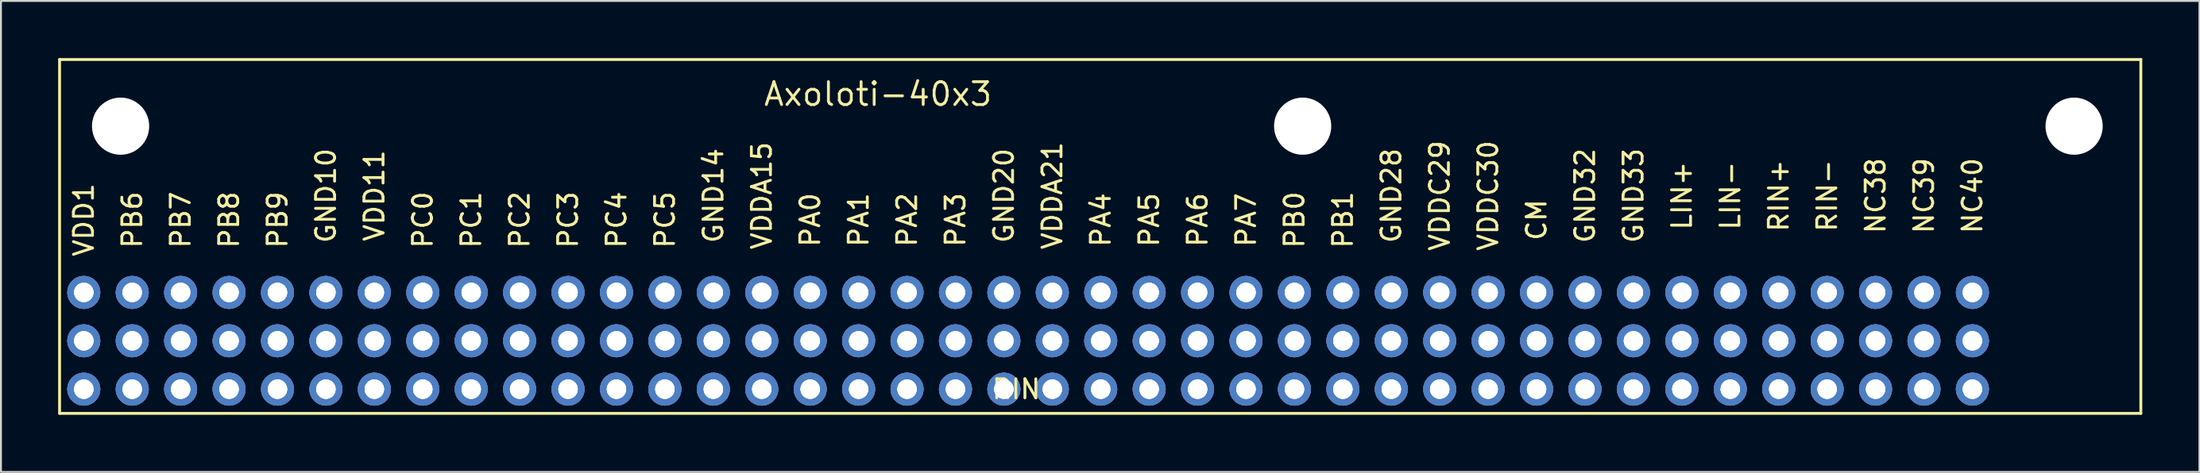
<source format=kicad_pcb>
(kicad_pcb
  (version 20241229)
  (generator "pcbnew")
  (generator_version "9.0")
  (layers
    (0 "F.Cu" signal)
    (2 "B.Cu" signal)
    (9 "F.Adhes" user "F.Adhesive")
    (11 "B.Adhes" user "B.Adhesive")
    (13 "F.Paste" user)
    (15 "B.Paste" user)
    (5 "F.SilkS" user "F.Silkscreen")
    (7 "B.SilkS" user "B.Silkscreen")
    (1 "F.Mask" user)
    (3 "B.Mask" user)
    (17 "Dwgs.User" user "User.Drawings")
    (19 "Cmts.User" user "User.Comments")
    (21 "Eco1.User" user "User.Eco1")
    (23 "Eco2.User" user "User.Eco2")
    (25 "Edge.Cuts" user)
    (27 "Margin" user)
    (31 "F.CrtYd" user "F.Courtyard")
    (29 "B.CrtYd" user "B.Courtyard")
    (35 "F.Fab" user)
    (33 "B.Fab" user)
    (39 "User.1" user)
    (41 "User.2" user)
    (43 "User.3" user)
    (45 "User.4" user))
  (footprint "Axoloti-40x3"
    (layer "F.Cu")
    (at 50.875 17.385)
    (property "Reference" "Axoloti-40x3" (at -7.874 -15.494 0) (layer "F.SilkS") (effects (font (size 1.2 1.2) (thickness 0.15))))
    (attr through_hole)
    (fp_line (start -50.8 -17.31) (end 58.364 -17.31) (stroke (width 0.15) (type solid)) (layer "F.SilkS"))
    (fp_line (start -50.8 1.27) (end -50.8 -17.31) (stroke (width 0.15) (type solid)) (layer "F.SilkS"))
    (fp_line (start 58.364 -17.31) (end 58.364 1.27) (stroke (width 0.15) (type solid)) (layer "F.SilkS"))
    (fp_line (start 58.364 1.27) (end -50.8 1.27) (stroke (width 0.15) (type solid)) (layer "F.SilkS"))
    (fp_text user "PA0" (at -11.43 -8.89 90) (layer "F.SilkS") (effects (font (size 1 1) (thickness 0.15))))
    (fp_text user "LIN-" (at 36.83 -10.16 90) (layer "F.SilkS") (effects (font (size 1 1) (thickness 0.15))))
    (fp_text user "PC2" (at -26.67 -8.89 90) (layer "F.SilkS") (effects (font (size 1 1) (thickness 0.15))))
    (fp_text user "VDDA15" (at -13.97 -10.16 90) (layer "F.SilkS") (effects (font (size 1 1) (thickness 0.15))))
    (fp_text user "NC40" (at 49.53 -10.16 90) (layer "F.SilkS") (effects (font (size 1 1) (thickness 0.15))))
    (fp_text user "PA2" (at -6.35 -8.89 90) (layer "F.SilkS") (effects (font (size 1 1) (thickness 0.15))))
    (fp_text user "VDDC30" (at 24.13 -10.16 90) (layer "F.SilkS") (effects (font (size 1 1) (thickness 0.15))))
    (fp_text user "PB6" (at -46.99 -8.89 90) (layer "F.SilkS") (effects (font (size 1 1) (thickness 0.15))))
    (fp_text user "PA1" (at -8.89 -8.89 90) (layer "F.SilkS") (effects (font (size 1 1) (thickness 0.15))))
    (fp_text user "GND20" (at -1.27 -10.16 90) (layer "F.SilkS") (effects (font (size 1 1) (thickness 0.15))))
    (fp_text user "VDD11" (at -34.29 -10.16 90) (layer "F.SilkS") (effects (font (size 1 1) (thickness 0.15))))
    (fp_text user "PC1" (at -29.21 -8.89 90) (layer "F.SilkS") (effects (font (size 1 1) (thickness 0.15))))
    (fp_text user "PB9" (at -39.37 -8.89 90) (layer "F.SilkS") (effects (font (size 1 1) (thickness 0.15))))
    (fp_text user "PB0" (at 13.97 -8.89 90) (layer "F.SilkS") (effects (font (size 1 1) (thickness 0.15))))
    (fp_text user "GND32" (at 29.21 -10.16 90) (layer "F.SilkS") (effects (font (size 1 1) (thickness 0.15))))
    (fp_text user "PB7" (at -44.45 -8.89 90) (layer "F.SilkS") (effects (font (size 1 1) (thickness 0.15))))
    (fp_text user "PC3" (at -24.13 -8.89 90) (layer "F.SilkS") (effects (font (size 1 1) (thickness 0.15))))
    (fp_text user "RIN-" (at 41.91 -10.16 90) (layer "F.SilkS") (effects (font (size 1 1) (thickness 0.15))))
    (fp_text user "PB1" (at 16.51 -8.89 90) (layer "F.SilkS") (effects (font (size 1 1) (thickness 0.15))))
    (fp_text user "GND28" (at 19.05 -10.16 90) (layer "F.SilkS") (effects (font (size 1 1) (thickness 0.15))))
    (fp_text user "PC5" (at -19.05 -8.89 90) (layer "F.SilkS") (effects (font (size 1 1) (thickness 0.15))))
    (fp_text user "PA3" (at -3.81 -8.89 90) (layer "F.SilkS") (effects (font (size 1 1) (thickness 0.15))))
    (fp_text user "GND33" (at 31.75 -10.16 90) (layer "F.SilkS") (effects (font (size 1 1) (thickness 0.15))))
    (fp_text user "PA5" (at 6.35 -8.89 90) (layer "F.SilkS") (effects (font (size 1 1) (thickness 0.15))))
    (fp_text user "PC4" (at -21.59 -8.89 90) (layer "F.SilkS") (effects (font (size 1 1) (thickness 0.15))))
    (fp_text user "RIN+" (at 39.37 -10.16 90) (layer "F.SilkS") (effects (font (size 1 1) (thickness 0.15))))
    (fp_text user "PC0" (at -31.75 -8.89 90) (layer "F.SilkS") (effects (font (size 1 1) (thickness 0.15))))
    (fp_text user "NC38" (at 44.45 -10.16 90) (layer "F.SilkS") (effects (font (size 1 1) (thickness 0.15))))
    (fp_text user "RIN-" (at 0 0 0) (layer "F.SilkS") (effects (font (size 1 1) (thickness 0.15))))
    (fp_text user "GND10" (at -36.83 -10.16 90) (layer "F.SilkS") (effects (font (size 1 1) (thickness 0.15))))
    (fp_text user "NC39" (at 46.99 -10.16 90) (layer "F.SilkS") (effects (font (size 1 1) (thickness 0.15))))
    (fp_text user "PA7" (at 11.43 -8.89 90) (layer "F.SilkS") (effects (font (size 1 1) (thickness 0.15))))
    (fp_text user "LIN+" (at 34.29 -10.16 90) (layer "F.SilkS") (effects (font (size 1 1) (thickness 0.15))))
    (fp_text user "VDDA21" (at 1.27 -10.16 90) (layer "F.SilkS") (effects (font (size 1 1) (thickness 0.15))))
    (fp_text user "VDDC29" (at 21.59 -10.16 90) (layer "F.SilkS") (effects (font (size 1 1) (thickness 0.15))))
    (fp_text user "PA6" (at 8.89 -8.89 90) (layer "F.SilkS") (effects (font (size 1 1) (thickness 0.15))))
    (fp_text user "GND14" (at -16.51 -10.16 90) (layer "F.SilkS") (effects (font (size 1 1) (thickness 0.15))))
    (fp_text user "PA4" (at 3.81 -8.89 90) (layer "F.SilkS") (effects (font (size 1 1) (thickness 0.15))))
    (fp_text user "PB8" (at -41.91 -8.89 90) (layer "F.SilkS") (effects (font (size 1 1) (thickness 0.15))))
    (fp_text user "CM" (at 26.67 -8.89 90) (layer "F.SilkS") (effects (font (size 1 1) (thickness 0.15))))
    (fp_text user "VDD1" (at -49.53 -8.89 90) (layer "F.SilkS") (effects (font (size 1 1) (thickness 0.15))))
    (pad "" np_thru_hole circle (at -47.6 -13.81) (size 3 3) (drill 3) (layers "*.Cu" "*.Mask"))
    (pad "" np_thru_hole circle (at 14.4 -13.81) (size 3 3) (drill 3) (layers "*.Cu" "*.Mask"))
    (pad "" np_thru_hole circle (at 54.864 -13.81) (size 3 3) (drill 3) (layers "*.Cu" "*.Mask"))
    (pad "1" thru_hole circle (at -49.53 -5.08) (size 1.727 1.727) (drill 1.016) (layers "*.Cu" "*.Mask"))
    (pad "1" thru_hole circle (at -49.53 -5.08) (size 1.727 1.727) (drill 1.016) (layers "*.Cu" "*.Mask"))
    (pad "1" thru_hole circle (at -49.53 -5.08) (size 1.727 1.727) (drill 1.016) (layers "*.Cu" "*.Mask"))
    (pad "1" thru_hole circle (at -49.53 -2.54) (size 1.727 1.727) (drill 1.016) (layers "*.Cu" "*.Mask"))
    (pad "1" thru_hole circle (at -49.53 -2.54) (size 1.727 1.727) (drill 1.016) (layers "*.Cu" "*.Mask"))
    (pad "1" thru_hole circle (at -49.53 -2.54) (size 1.727 1.727) (drill 1.016) (layers "*.Cu" "*.Mask"))
    (pad "1" thru_hole circle (at -49.53 0) (size 1.727 1.727) (drill 1.016) (layers "*.Cu" "*.Mask"))
    (pad "1" thru_hole circle (at -49.53 0) (size 1.727 1.727) (drill 1.016) (layers "*.Cu" "*.Mask"))
    (pad "1" thru_hole circle (at -49.53 0) (size 1.727 1.727) (drill 1.016) (layers "*.Cu" "*.Mask"))
    (pad "2" thru_hole circle (at -46.99 -5.08) (size 1.727 1.727) (drill 1.016) (layers "*.Cu" "*.Mask"))
    (pad "2" thru_hole circle (at -46.99 -5.08) (size 1.727 1.727) (drill 1.016) (layers "*.Cu" "*.Mask"))
    (pad "2" thru_hole circle (at -46.99 -5.08) (size 1.727 1.727) (drill 1.016) (layers "*.Cu" "*.Mask"))
    (pad "2" thru_hole circle (at -46.99 -2.54) (size 1.727 1.727) (drill 1.016) (layers "*.Cu" "*.Mask"))
    (pad "2" thru_hole circle (at -46.99 -2.54) (size 1.727 1.727) (drill 1.016) (layers "*.Cu" "*.Mask"))
    (pad "2" thru_hole circle (at -46.99 -2.54) (size 1.727 1.727) (drill 1.016) (layers "*.Cu" "*.Mask"))
    (pad "2" thru_hole circle (at -46.99 0) (size 1.727 1.727) (drill 1.016) (layers "*.Cu" "*.Mask"))
    (pad "2" thru_hole circle (at -46.99 0) (size 1.727 1.727) (drill 1.016) (layers "*.Cu" "*.Mask"))
    (pad "2" thru_hole circle (at -46.99 0) (size 1.727 1.727) (drill 1.016) (layers "*.Cu" "*.Mask"))
    (pad "3" thru_hole circle (at -44.45 -5.08) (size 1.727 1.727) (drill 1.016) (layers "*.Cu" "*.Mask"))
    (pad "3" thru_hole circle (at -44.45 -5.08) (size 1.727 1.727) (drill 1.016) (layers "*.Cu" "*.Mask"))
    (pad "3" thru_hole circle (at -44.45 -5.08) (size 1.727 1.727) (drill 1.016) (layers "*.Cu" "*.Mask"))
    (pad "3" thru_hole circle (at -44.45 -2.54) (size 1.727 1.727) (drill 1.016) (layers "*.Cu" "*.Mask"))
    (pad "3" thru_hole circle (at -44.45 -2.54) (size 1.727 1.727) (drill 1.016) (layers "*.Cu" "*.Mask"))
    (pad "3" thru_hole circle (at -44.45 -2.54) (size 1.727 1.727) (drill 1.016) (layers "*.Cu" "*.Mask"))
    (pad "3" thru_hole circle (at -44.45 0) (size 1.727 1.727) (drill 1.016) (layers "*.Cu" "*.Mask"))
    (pad "3" thru_hole circle (at -44.45 0) (size 1.727 1.727) (drill 1.016) (layers "*.Cu" "*.Mask"))
    (pad "3" thru_hole circle (at -44.45 0) (size 1.727 1.727) (drill 1.016) (layers "*.Cu" "*.Mask"))
    (pad "4" thru_hole circle (at -41.91 -5.08) (size 1.727 1.727) (drill 1.016) (layers "*.Cu" "*.Mask"))
    (pad "4" thru_hole circle (at -41.91 -5.08) (size 1.727 1.727) (drill 1.016) (layers "*.Cu" "*.Mask"))
    (pad "4" thru_hole circle (at -41.91 -5.08) (size 1.727 1.727) (drill 1.016) (layers "*.Cu" "*.Mask"))
    (pad "4" thru_hole circle (at -41.91 -2.54) (size 1.727 1.727) (drill 1.016) (layers "*.Cu" "*.Mask"))
    (pad "4" thru_hole circle (at -41.91 -2.54) (size 1.727 1.727) (drill 1.016) (layers "*.Cu" "*.Mask"))
    (pad "4" thru_hole circle (at -41.91 -2.54) (size 1.727 1.727) (drill 1.016) (layers "*.Cu" "*.Mask"))
    (pad "4" thru_hole circle (at -41.91 0) (size 1.727 1.727) (drill 1.016) (layers "*.Cu" "*.Mask"))
    (pad "4" thru_hole circle (at -41.91 0) (size 1.727 1.727) (drill 1.016) (layers "*.Cu" "*.Mask"))
    (pad "4" thru_hole circle (at -41.91 0) (size 1.727 1.727) (drill 1.016) (layers "*.Cu" "*.Mask"))
    (pad "5" thru_hole circle (at -39.37 -5.08) (size 1.727 1.727) (drill 1.016) (layers "*.Cu" "*.Mask"))
    (pad "5" thru_hole circle (at -39.37 -5.08) (size 1.727 1.727) (drill 1.016) (layers "*.Cu" "*.Mask"))
    (pad "5" thru_hole circle (at -39.37 -5.08) (size 1.727 1.727) (drill 1.016) (layers "*.Cu" "*.Mask"))
    (pad "5" thru_hole circle (at -39.37 -2.54) (size 1.727 1.727) (drill 1.016) (layers "*.Cu" "*.Mask"))
    (pad "5" thru_hole circle (at -39.37 -2.54) (size 1.727 1.727) (drill 1.016) (layers "*.Cu" "*.Mask"))
    (pad "5" thru_hole circle (at -39.37 -2.54) (size 1.727 1.727) (drill 1.016) (layers "*.Cu" "*.Mask"))
    (pad "5" thru_hole circle (at -39.37 0) (size 1.727 1.727) (drill 1.016) (layers "*.Cu" "*.Mask"))
    (pad "5" thru_hole circle (at -39.37 0) (size 1.727 1.727) (drill 1.016) (layers "*.Cu" "*.Mask"))
    (pad "5" thru_hole circle (at -39.37 0) (size 1.727 1.727) (drill 1.016) (layers "*.Cu" "*.Mask"))
    (pad "6" thru_hole circle (at -36.83 -5.08) (size 1.727 1.727) (drill 1.016) (layers "*.Cu" "*.Mask"))
    (pad "6" thru_hole circle (at -36.83 -5.08) (size 1.727 1.727) (drill 1.016) (layers "*.Cu" "*.Mask"))
    (pad "6" thru_hole circle (at -36.83 -5.08) (size 1.727 1.727) (drill 1.016) (layers "*.Cu" "*.Mask"))
    (pad "6" thru_hole circle (at -36.83 -2.54) (size 1.727 1.727) (drill 1.016) (layers "*.Cu" "*.Mask"))
    (pad "6" thru_hole circle (at -36.83 -2.54) (size 1.727 1.727) (drill 1.016) (layers "*.Cu" "*.Mask"))
    (pad "6" thru_hole circle (at -36.83 -2.54) (size 1.727 1.727) (drill 1.016) (layers "*.Cu" "*.Mask"))
    (pad "6" thru_hole circle (at -36.83 0) (size 1.727 1.727) (drill 1.016) (layers "*.Cu" "*.Mask"))
    (pad "6" thru_hole circle (at -36.83 0) (size 1.727 1.727) (drill 1.016) (layers "*.Cu" "*.Mask"))
    (pad "6" thru_hole circle (at -36.83 0) (size 1.727 1.727) (drill 1.016) (layers "*.Cu" "*.Mask"))
    (pad "7" thru_hole circle (at -34.29 -5.08) (size 1.727 1.727) (drill 1.016) (layers "*.Cu" "*.Mask"))
    (pad "7" thru_hole circle (at -34.29 -5.08) (size 1.727 1.727) (drill 1.016) (layers "*.Cu" "*.Mask"))
    (pad "7" thru_hole circle (at -34.29 -5.08) (size 1.727 1.727) (drill 1.016) (layers "*.Cu" "*.Mask"))
    (pad "7" thru_hole circle (at -34.29 -2.54) (size 1.727 1.727) (drill 1.016) (layers "*.Cu" "*.Mask"))
    (pad "7" thru_hole circle (at -34.29 -2.54) (size 1.727 1.727) (drill 1.016) (layers "*.Cu" "*.Mask"))
    (pad "7" thru_hole circle (at -34.29 -2.54) (size 1.727 1.727) (drill 1.016) (layers "*.Cu" "*.Mask"))
    (pad "7" thru_hole circle (at -34.29 0) (size 1.727 1.727) (drill 1.016) (layers "*.Cu" "*.Mask"))
    (pad "7" thru_hole circle (at -34.29 0) (size 1.727 1.727) (drill 1.016) (layers "*.Cu" "*.Mask"))
    (pad "7" thru_hole circle (at -34.29 0) (size 1.727 1.727) (drill 1.016) (layers "*.Cu" "*.Mask"))
    (pad "8" thru_hole circle (at -31.75 -5.08) (size 1.727 1.727) (drill 1.016) (layers "*.Cu" "*.Mask"))
    (pad "8" thru_hole circle (at -31.75 -5.08) (size 1.727 1.727) (drill 1.016) (layers "*.Cu" "*.Mask"))
    (pad "8" thru_hole circle (at -31.75 -5.08) (size 1.727 1.727) (drill 1.016) (layers "*.Cu" "*.Mask"))
    (pad "8" thru_hole circle (at -31.75 -2.54) (size 1.727 1.727) (drill 1.016) (layers "*.Cu" "*.Mask"))
    (pad "8" thru_hole circle (at -31.75 -2.54) (size 1.727 1.727) (drill 1.016) (layers "*.Cu" "*.Mask"))
    (pad "8" thru_hole circle (at -31.75 -2.54) (size 1.727 1.727) (drill 1.016) (layers "*.Cu" "*.Mask"))
    (pad "8" thru_hole circle (at -31.75 0) (size 1.727 1.727) (drill 1.016) (layers "*.Cu" "*.Mask"))
    (pad "8" thru_hole circle (at -31.75 0) (size 1.727 1.727) (drill 1.016) (layers "*.Cu" "*.Mask"))
    (pad "8" thru_hole circle (at -31.75 0) (size 1.727 1.727) (drill 1.016) (layers "*.Cu" "*.Mask"))
    (pad "9" thru_hole circle (at -29.21 -5.08) (size 1.727 1.727) (drill 1.016) (layers "*.Cu" "*.Mask"))
    (pad "9" thru_hole circle (at -29.21 -5.08) (size 1.727 1.727) (drill 1.016) (layers "*.Cu" "*.Mask"))
    (pad "9" thru_hole circle (at -29.21 -5.08) (size 1.727 1.727) (drill 1.016) (layers "*.Cu" "*.Mask"))
    (pad "9" thru_hole circle (at -29.21 -2.54) (size 1.727 1.727) (drill 1.016) (layers "*.Cu" "*.Mask"))
    (pad "9" thru_hole circle (at -29.21 -2.54) (size 1.727 1.727) (drill 1.016) (layers "*.Cu" "*.Mask"))
    (pad "9" thru_hole circle (at -29.21 -2.54) (size 1.727 1.727) (drill 1.016) (layers "*.Cu" "*.Mask"))
    (pad "9" thru_hole circle (at -29.21 0) (size 1.727 1.727) (drill 1.016) (layers "*.Cu" "*.Mask"))
    (pad "9" thru_hole circle (at -29.21 0) (size 1.727 1.727) (drill 1.016) (layers "*.Cu" "*.Mask"))
    (pad "9" thru_hole circle (at -29.21 0) (size 1.727 1.727) (drill 1.016) (layers "*.Cu" "*.Mask"))
    (pad "10" thru_hole circle (at -26.67 -5.08) (size 1.727 1.727) (drill 1.016) (layers "*.Cu" "*.Mask"))
    (pad "10" thru_hole circle (at -26.67 -5.08) (size 1.727 1.727) (drill 1.016) (layers "*.Cu" "*.Mask"))
    (pad "10" thru_hole circle (at -26.67 -5.08) (size 1.727 1.727) (drill 1.016) (layers "*.Cu" "*.Mask"))
    (pad "10" thru_hole circle (at -26.67 -2.54) (size 1.727 1.727) (drill 1.016) (layers "*.Cu" "*.Mask"))
    (pad "10" thru_hole circle (at -26.67 -2.54) (size 1.727 1.727) (drill 1.016) (layers "*.Cu" "*.Mask"))
    (pad "10" thru_hole circle (at -26.67 -2.54) (size 1.727 1.727) (drill 1.016) (layers "*.Cu" "*.Mask"))
    (pad "10" thru_hole circle (at -26.67 0) (size 1.727 1.727) (drill 1.016) (layers "*.Cu" "*.Mask"))
    (pad "10" thru_hole circle (at -26.67 0) (size 1.727 1.727) (drill 1.016) (layers "*.Cu" "*.Mask"))
    (pad "10" thru_hole circle (at -26.67 0) (size 1.727 1.727) (drill 1.016) (layers "*.Cu" "*.Mask"))
    (pad "11" thru_hole circle (at -24.13 -5.08) (size 1.727 1.727) (drill 1.016) (layers "*.Cu" "*.Mask"))
    (pad "11" thru_hole circle (at -24.13 -5.08) (size 1.727 1.727) (drill 1.016) (layers "*.Cu" "*.Mask"))
    (pad "11" thru_hole circle (at -24.13 -5.08) (size 1.727 1.727) (drill 1.016) (layers "*.Cu" "*.Mask"))
    (pad "11" thru_hole circle (at -24.13 -2.54) (size 1.727 1.727) (drill 1.016) (layers "*.Cu" "*.Mask"))
    (pad "11" thru_hole circle (at -24.13 -2.54) (size 1.727 1.727) (drill 1.016) (layers "*.Cu" "*.Mask"))
    (pad "11" thru_hole circle (at -24.13 -2.54) (size 1.727 1.727) (drill 1.016) (layers "*.Cu" "*.Mask"))
    (pad "11" thru_hole circle (at -24.13 0) (size 1.727 1.727) (drill 1.016) (layers "*.Cu" "*.Mask"))
    (pad "11" thru_hole circle (at -24.13 0) (size 1.727 1.727) (drill 1.016) (layers "*.Cu" "*.Mask"))
    (pad "11" thru_hole circle (at -24.13 0) (size 1.727 1.727) (drill 1.016) (layers "*.Cu" "*.Mask"))
    (pad "12" thru_hole circle (at -21.59 -5.08) (size 1.727 1.727) (drill 1.016) (layers "*.Cu" "*.Mask"))
    (pad "12" thru_hole circle (at -21.59 -5.08) (size 1.727 1.727) (drill 1.016) (layers "*.Cu" "*.Mask"))
    (pad "12" thru_hole circle (at -21.59 -5.08) (size 1.727 1.727) (drill 1.016) (layers "*.Cu" "*.Mask"))
    (pad "12" thru_hole circle (at -21.59 -2.54) (size 1.727 1.727) (drill 1.016) (layers "*.Cu" "*.Mask"))
    (pad "12" thru_hole circle (at -21.59 -2.54) (size 1.727 1.727) (drill 1.016) (layers "*.Cu" "*.Mask"))
    (pad "12" thru_hole circle (at -21.59 -2.54) (size 1.727 1.727) (drill 1.016) (layers "*.Cu" "*.Mask"))
    (pad "12" thru_hole circle (at -21.59 0) (size 1.727 1.727) (drill 1.016) (layers "*.Cu" "*.Mask"))
    (pad "12" thru_hole circle (at -21.59 0) (size 1.727 1.727) (drill 1.016) (layers "*.Cu" "*.Mask"))
    (pad "12" thru_hole circle (at -21.59 0) (size 1.727 1.727) (drill 1.016) (layers "*.Cu" "*.Mask"))
    (pad "13" thru_hole circle (at -19.05 -5.08) (size 1.727 1.727) (drill 1.016) (layers "*.Cu" "*.Mask"))
    (pad "13" thru_hole circle (at -19.05 -5.08) (size 1.727 1.727) (drill 1.016) (layers "*.Cu" "*.Mask"))
    (pad "13" thru_hole circle (at -19.05 -5.08) (size 1.727 1.727) (drill 1.016) (layers "*.Cu" "*.Mask"))
    (pad "13" thru_hole circle (at -19.05 -2.54) (size 1.727 1.727) (drill 1.016) (layers "*.Cu" "*.Mask"))
    (pad "13" thru_hole circle (at -19.05 -2.54) (size 1.727 1.727) (drill 1.016) (layers "*.Cu" "*.Mask"))
    (pad "13" thru_hole circle (at -19.05 -2.54) (size 1.727 1.727) (drill 1.016) (layers "*.Cu" "*.Mask"))
    (pad "13" thru_hole circle (at -19.05 0) (size 1.727 1.727) (drill 1.016) (layers "*.Cu" "*.Mask"))
    (pad "13" thru_hole circle (at -19.05 0) (size 1.727 1.727) (drill 1.016) (layers "*.Cu" "*.Mask"))
    (pad "13" thru_hole circle (at -19.05 0) (size 1.727 1.727) (drill 1.016) (layers "*.Cu" "*.Mask"))
    (pad "14" thru_hole circle (at -16.51 -5.08) (size 1.727 1.727) (drill 1.016) (layers "*.Cu" "*.Mask"))
    (pad "14" thru_hole circle (at -16.51 -5.08) (size 1.727 1.727) (drill 1.016) (layers "*.Cu" "*.Mask"))
    (pad "14" thru_hole circle (at -16.51 -5.08) (size 1.727 1.727) (drill 1.016) (layers "*.Cu" "*.Mask"))
    (pad "14" thru_hole circle (at -16.51 -2.54) (size 1.727 1.727) (drill 1.016) (layers "*.Cu" "*.Mask"))
    (pad "14" thru_hole circle (at -16.51 -2.54) (size 1.727 1.727) (drill 1.016) (layers "*.Cu" "*.Mask"))
    (pad "14" thru_hole circle (at -16.51 -2.54) (size 1.727 1.727) (drill 1.016) (layers "*.Cu" "*.Mask"))
    (pad "14" thru_hole circle (at -16.51 0) (size 1.727 1.727) (drill 1.016) (layers "*.Cu" "*.Mask"))
    (pad "14" thru_hole circle (at -16.51 0) (size 1.727 1.727) (drill 1.016) (layers "*.Cu" "*.Mask"))
    (pad "14" thru_hole circle (at -16.51 0) (size 1.727 1.727) (drill 1.016) (layers "*.Cu" "*.Mask"))
    (pad "15" thru_hole circle (at -13.97 -5.08) (size 1.727 1.727) (drill 1.016) (layers "*.Cu" "*.Mask"))
    (pad "15" thru_hole circle (at -13.97 -5.08) (size 1.727 1.727) (drill 1.016) (layers "*.Cu" "*.Mask"))
    (pad "15" thru_hole circle (at -13.97 -5.08) (size 1.727 1.727) (drill 1.016) (layers "*.Cu" "*.Mask"))
    (pad "15" thru_hole circle (at -13.97 -2.54) (size 1.727 1.727) (drill 1.016) (layers "*.Cu" "*.Mask"))
    (pad "15" thru_hole circle (at -13.97 -2.54) (size 1.727 1.727) (drill 1.016) (layers "*.Cu" "*.Mask"))
    (pad "15" thru_hole circle (at -13.97 -2.54) (size 1.727 1.727) (drill 1.016) (layers "*.Cu" "*.Mask"))
    (pad "15" thru_hole circle (at -13.97 0) (size 1.727 1.727) (drill 1.016) (layers "*.Cu" "*.Mask"))
    (pad "15" thru_hole circle (at -13.97 0) (size 1.727 1.727) (drill 1.016) (layers "*.Cu" "*.Mask"))
    (pad "15" thru_hole circle (at -13.97 0) (size 1.727 1.727) (drill 1.016) (layers "*.Cu" "*.Mask"))
    (pad "16" thru_hole circle (at -11.43 -5.08) (size 1.727 1.727) (drill 1.016) (layers "*.Cu" "*.Mask"))
    (pad "16" thru_hole circle (at -11.43 -5.08) (size 1.727 1.727) (drill 1.016) (layers "*.Cu" "*.Mask"))
    (pad "16" thru_hole circle (at -11.43 -5.08) (size 1.727 1.727) (drill 1.016) (layers "*.Cu" "*.Mask"))
    (pad "16" thru_hole circle (at -11.43 -2.54) (size 1.727 1.727) (drill 1.016) (layers "*.Cu" "*.Mask"))
    (pad "16" thru_hole circle (at -11.43 -2.54) (size 1.727 1.727) (drill 1.016) (layers "*.Cu" "*.Mask"))
    (pad "16" thru_hole circle (at -11.43 -2.54) (size 1.727 1.727) (drill 1.016) (layers "*.Cu" "*.Mask"))
    (pad "16" thru_hole circle (at -11.43 0) (size 1.727 1.727) (drill 1.016) (layers "*.Cu" "*.Mask"))
    (pad "16" thru_hole circle (at -11.43 0) (size 1.727 1.727) (drill 1.016) (layers "*.Cu" "*.Mask"))
    (pad "16" thru_hole circle (at -11.43 0) (size 1.727 1.727) (drill 1.016) (layers "*.Cu" "*.Mask"))
    (pad "17" thru_hole circle (at -8.89 -5.08) (size 1.727 1.727) (drill 1.016) (layers "*.Cu" "*.Mask"))
    (pad "17" thru_hole circle (at -8.89 -5.08) (size 1.727 1.727) (drill 1.016) (layers "*.Cu" "*.Mask"))
    (pad "17" thru_hole circle (at -8.89 -5.08) (size 1.727 1.727) (drill 1.016) (layers "*.Cu" "*.Mask"))
    (pad "17" thru_hole circle (at -8.89 -2.54) (size 1.727 1.727) (drill 1.016) (layers "*.Cu" "*.Mask"))
    (pad "17" thru_hole circle (at -8.89 -2.54) (size 1.727 1.727) (drill 1.016) (layers "*.Cu" "*.Mask"))
    (pad "17" thru_hole circle (at -8.89 -2.54) (size 1.727 1.727) (drill 1.016) (layers "*.Cu" "*.Mask"))
    (pad "17" thru_hole circle (at -8.89 0) (size 1.727 1.727) (drill 1.016) (layers "*.Cu" "*.Mask"))
    (pad "17" thru_hole circle (at -8.89 0) (size 1.727 1.727) (drill 1.016) (layers "*.Cu" "*.Mask"))
    (pad "17" thru_hole circle (at -8.89 0) (size 1.727 1.727) (drill 1.016) (layers "*.Cu" "*.Mask"))
    (pad "18" thru_hole circle (at -6.35 -5.08) (size 1.727 1.727) (drill 1.016) (layers "*.Cu" "*.Mask"))
    (pad "18" thru_hole circle (at -6.35 -5.08) (size 1.727 1.727) (drill 1.016) (layers "*.Cu" "*.Mask"))
    (pad "18" thru_hole circle (at -6.35 -5.08) (size 1.727 1.727) (drill 1.016) (layers "*.Cu" "*.Mask"))
    (pad "18" thru_hole circle (at -6.35 -2.54) (size 1.727 1.727) (drill 1.016) (layers "*.Cu" "*.Mask"))
    (pad "18" thru_hole circle (at -6.35 -2.54) (size 1.727 1.727) (drill 1.016) (layers "*.Cu" "*.Mask"))
    (pad "18" thru_hole circle (at -6.35 -2.54) (size 1.727 1.727) (drill 1.016) (layers "*.Cu" "*.Mask"))
    (pad "18" thru_hole circle (at -6.35 0) (size 1.727 1.727) (drill 1.016) (layers "*.Cu" "*.Mask"))
    (pad "18" thru_hole circle (at -6.35 0) (size 1.727 1.727) (drill 1.016) (layers "*.Cu" "*.Mask"))
    (pad "18" thru_hole circle (at -6.35 0) (size 1.727 1.727) (drill 1.016) (layers "*.Cu" "*.Mask"))
    (pad "19" thru_hole circle (at -3.81 -5.08) (size 1.727 1.727) (drill 1.016) (layers "*.Cu" "*.Mask"))
    (pad "19" thru_hole circle (at -3.81 -5.08) (size 1.727 1.727) (drill 1.016) (layers "*.Cu" "*.Mask"))
    (pad "19" thru_hole circle (at -3.81 -5.08) (size 1.727 1.727) (drill 1.016) (layers "*.Cu" "*.Mask"))
    (pad "19" thru_hole circle (at -3.81 -2.54) (size 1.727 1.727) (drill 1.016) (layers "*.Cu" "*.Mask"))
    (pad "19" thru_hole circle (at -3.81 -2.54) (size 1.727 1.727) (drill 1.016) (layers "*.Cu" "*.Mask"))
    (pad "19" thru_hole circle (at -3.81 -2.54) (size 1.727 1.727) (drill 1.016) (layers "*.Cu" "*.Mask"))
    (pad "19" thru_hole circle (at -3.81 0) (size 1.727 1.727) (drill 1.016) (layers "*.Cu" "*.Mask"))
    (pad "19" thru_hole circle (at -3.81 0) (size 1.727 1.727) (drill 1.016) (layers "*.Cu" "*.Mask"))
    (pad "19" thru_hole circle (at -3.81 0) (size 1.727 1.727) (drill 1.016) (layers "*.Cu" "*.Mask"))
    (pad "20" thru_hole circle (at -1.27 -5.08) (size 1.727 1.727) (drill 1.016) (layers "*.Cu" "*.Mask"))
    (pad "20" thru_hole circle (at -1.27 -5.08) (size 1.727 1.727) (drill 1.016) (layers "*.Cu" "*.Mask"))
    (pad "20" thru_hole circle (at -1.27 -5.08) (size 1.727 1.727) (drill 1.016) (layers "*.Cu" "*.Mask"))
    (pad "20" thru_hole circle (at -1.27 -2.54) (size 1.727 1.727) (drill 1.016) (layers "*.Cu" "*.Mask"))
    (pad "20" thru_hole circle (at -1.27 -2.54) (size 1.727 1.727) (drill 1.016) (layers "*.Cu" "*.Mask"))
    (pad "20" thru_hole circle (at -1.27 -2.54) (size 1.727 1.727) (drill 1.016) (layers "*.Cu" "*.Mask"))
    (pad "20" thru_hole circle (at -1.27 0) (size 1.727 1.727) (drill 1.016) (layers "*.Cu" "*.Mask"))
    (pad "20" thru_hole circle (at -1.27 0) (size 1.727 1.727) (drill 1.016) (layers "*.Cu" "*.Mask"))
    (pad "20" thru_hole circle (at -1.27 0) (size 1.727 1.727) (drill 1.016) (layers "*.Cu" "*.Mask"))
    (pad "21" thru_hole circle (at 1.27 -5.08) (size 1.727 1.727) (drill 1.016) (layers "*.Cu" "*.Mask"))
    (pad "21" thru_hole circle (at 1.27 -5.08) (size 1.727 1.727) (drill 1.016) (layers "*.Cu" "*.Mask"))
    (pad "21" thru_hole circle (at 1.27 -5.08) (size 1.727 1.727) (drill 1.016) (layers "*.Cu" "*.Mask"))
    (pad "21" thru_hole circle (at 1.27 -2.54) (size 1.727 1.727) (drill 1.016) (layers "*.Cu" "*.Mask"))
    (pad "21" thru_hole circle (at 1.27 -2.54) (size 1.727 1.727) (drill 1.016) (layers "*.Cu" "*.Mask"))
    (pad "21" thru_hole circle (at 1.27 -2.54) (size 1.727 1.727) (drill 1.016) (layers "*.Cu" "*.Mask"))
    (pad "21" thru_hole circle (at 1.27 0) (size 1.727 1.727) (drill 1.016) (layers "*.Cu" "*.Mask"))
    (pad "21" thru_hole circle (at 1.27 0) (size 1.727 1.727) (drill 1.016) (layers "*.Cu" "*.Mask"))
    (pad "21" thru_hole circle (at 1.27 0) (size 1.727 1.727) (drill 1.016) (layers "*.Cu" "*.Mask"))
    (pad "22" thru_hole circle (at 3.81 -5.08) (size 1.727 1.727) (drill 1.016) (layers "*.Cu" "*.Mask"))
    (pad "22" thru_hole circle (at 3.81 -5.08) (size 1.727 1.727) (drill 1.016) (layers "*.Cu" "*.Mask"))
    (pad "22" thru_hole circle (at 3.81 -5.08) (size 1.727 1.727) (drill 1.016) (layers "*.Cu" "*.Mask"))
    (pad "22" thru_hole circle (at 3.81 -2.54) (size 1.727 1.727) (drill 1.016) (layers "*.Cu" "*.Mask"))
    (pad "22" thru_hole circle (at 3.81 -2.54) (size 1.727 1.727) (drill 1.016) (layers "*.Cu" "*.Mask"))
    (pad "22" thru_hole circle (at 3.81 -2.54) (size 1.727 1.727) (drill 1.016) (layers "*.Cu" "*.Mask"))
    (pad "22" thru_hole circle (at 3.81 0) (size 1.727 1.727) (drill 1.016) (layers "*.Cu" "*.Mask"))
    (pad "22" thru_hole circle (at 3.81 0) (size 1.727 1.727) (drill 1.016) (layers "*.Cu" "*.Mask"))
    (pad "22" thru_hole circle (at 3.81 0) (size 1.727 1.727) (drill 1.016) (layers "*.Cu" "*.Mask"))
    (pad "23" thru_hole circle (at 6.35 -5.08) (size 1.727 1.727) (drill 1.016) (layers "*.Cu" "*.Mask"))
    (pad "23" thru_hole circle (at 6.35 -5.08) (size 1.727 1.727) (drill 1.016) (layers "*.Cu" "*.Mask"))
    (pad "23" thru_hole circle (at 6.35 -5.08) (size 1.727 1.727) (drill 1.016) (layers "*.Cu" "*.Mask"))
    (pad "23" thru_hole circle (at 6.35 -2.54) (size 1.727 1.727) (drill 1.016) (layers "*.Cu" "*.Mask"))
    (pad "23" thru_hole circle (at 6.35 -2.54) (size 1.727 1.727) (drill 1.016) (layers "*.Cu" "*.Mask"))
    (pad "23" thru_hole circle (at 6.35 -2.54) (size 1.727 1.727) (drill 1.016) (layers "*.Cu" "*.Mask"))
    (pad "23" thru_hole circle (at 6.35 0) (size 1.727 1.727) (drill 1.016) (layers "*.Cu" "*.Mask"))
    (pad "23" thru_hole circle (at 6.35 0) (size 1.727 1.727) (drill 1.016) (layers "*.Cu" "*.Mask"))
    (pad "23" thru_hole circle (at 6.35 0) (size 1.727 1.727) (drill 1.016) (layers "*.Cu" "*.Mask"))
    (pad "24" thru_hole circle (at 8.89 -5.08) (size 1.727 1.727) (drill 1.016) (layers "*.Cu" "*.Mask"))
    (pad "24" thru_hole circle (at 8.89 -5.08) (size 1.727 1.727) (drill 1.016) (layers "*.Cu" "*.Mask"))
    (pad "24" thru_hole circle (at 8.89 -5.08) (size 1.727 1.727) (drill 1.016) (layers "*.Cu" "*.Mask"))
    (pad "24" thru_hole circle (at 8.89 -2.54) (size 1.727 1.727) (drill 1.016) (layers "*.Cu" "*.Mask"))
    (pad "24" thru_hole circle (at 8.89 -2.54) (size 1.727 1.727) (drill 1.016) (layers "*.Cu" "*.Mask"))
    (pad "24" thru_hole circle (at 8.89 -2.54) (size 1.727 1.727) (drill 1.016) (layers "*.Cu" "*.Mask"))
    (pad "24" thru_hole circle (at 8.89 0) (size 1.727 1.727) (drill 1.016) (layers "*.Cu" "*.Mask"))
    (pad "24" thru_hole circle (at 8.89 0) (size 1.727 1.727) (drill 1.016) (layers "*.Cu" "*.Mask"))
    (pad "24" thru_hole circle (at 8.89 0) (size 1.727 1.727) (drill 1.016) (layers "*.Cu" "*.Mask"))
    (pad "25" thru_hole circle (at 11.43 -5.08) (size 1.727 1.727) (drill 1.016) (layers "*.Cu" "*.Mask"))
    (pad "25" thru_hole circle (at 11.43 -5.08) (size 1.727 1.727) (drill 1.016) (layers "*.Cu" "*.Mask"))
    (pad "25" thru_hole circle (at 11.43 -5.08) (size 1.727 1.727) (drill 1.016) (layers "*.Cu" "*.Mask"))
    (pad "25" thru_hole circle (at 11.43 -2.54) (size 1.727 1.727) (drill 1.016) (layers "*.Cu" "*.Mask"))
    (pad "25" thru_hole circle (at 11.43 -2.54) (size 1.727 1.727) (drill 1.016) (layers "*.Cu" "*.Mask"))
    (pad "25" thru_hole circle (at 11.43 -2.54) (size 1.727 1.727) (drill 1.016) (layers "*.Cu" "*.Mask"))
    (pad "25" thru_hole circle (at 11.43 0) (size 1.727 1.727) (drill 1.016) (layers "*.Cu" "*.Mask"))
    (pad "25" thru_hole circle (at 11.43 0) (size 1.727 1.727) (drill 1.016) (layers "*.Cu" "*.Mask"))
    (pad "25" thru_hole circle (at 11.43 0) (size 1.727 1.727) (drill 1.016) (layers "*.Cu" "*.Mask"))
    (pad "26" thru_hole circle (at 13.97 -5.08) (size 1.727 1.727) (drill 1.016) (layers "*.Cu" "*.Mask"))
    (pad "26" thru_hole circle (at 13.97 -5.08) (size 1.727 1.727) (drill 1.016) (layers "*.Cu" "*.Mask"))
    (pad "26" thru_hole circle (at 13.97 -5.08) (size 1.727 1.727) (drill 1.016) (layers "*.Cu" "*.Mask"))
    (pad "26" thru_hole circle (at 13.97 -2.54) (size 1.727 1.727) (drill 1.016) (layers "*.Cu" "*.Mask"))
    (pad "26" thru_hole circle (at 13.97 -2.54) (size 1.727 1.727) (drill 1.016) (layers "*.Cu" "*.Mask"))
    (pad "26" thru_hole circle (at 13.97 -2.54) (size 1.727 1.727) (drill 1.016) (layers "*.Cu" "*.Mask"))
    (pad "26" thru_hole circle (at 13.97 0) (size 1.727 1.727) (drill 1.016) (layers "*.Cu" "*.Mask"))
    (pad "26" thru_hole circle (at 13.97 0) (size 1.727 1.727) (drill 1.016) (layers "*.Cu" "*.Mask"))
    (pad "26" thru_hole circle (at 13.97 0) (size 1.727 1.727) (drill 1.016) (layers "*.Cu" "*.Mask"))
    (pad "27" thru_hole circle (at 16.51 -5.08) (size 1.727 1.727) (drill 1.016) (layers "*.Cu" "*.Mask"))
    (pad "27" thru_hole circle (at 16.51 -5.08) (size 1.727 1.727) (drill 1.016) (layers "*.Cu" "*.Mask"))
    (pad "27" thru_hole circle (at 16.51 -5.08) (size 1.727 1.727) (drill 1.016) (layers "*.Cu" "*.Mask"))
    (pad "27" thru_hole circle (at 16.51 -2.54) (size 1.727 1.727) (drill 1.016) (layers "*.Cu" "*.Mask"))
    (pad "27" thru_hole circle (at 16.51 -2.54) (size 1.727 1.727) (drill 1.016) (layers "*.Cu" "*.Mask"))
    (pad "27" thru_hole circle (at 16.51 -2.54) (size 1.727 1.727) (drill 1.016) (layers "*.Cu" "*.Mask"))
    (pad "27" thru_hole circle (at 16.51 0) (size 1.727 1.727) (drill 1.016) (layers "*.Cu" "*.Mask"))
    (pad "27" thru_hole circle (at 16.51 0) (size 1.727 1.727) (drill 1.016) (layers "*.Cu" "*.Mask"))
    (pad "27" thru_hole circle (at 16.51 0) (size 1.727 1.727) (drill 1.016) (layers "*.Cu" "*.Mask"))
    (pad "28" thru_hole circle (at 19.05 -5.08) (size 1.727 1.727) (drill 1.016) (layers "*.Cu" "*.Mask"))
    (pad "28" thru_hole circle (at 19.05 -5.08) (size 1.727 1.727) (drill 1.016) (layers "*.Cu" "*.Mask"))
    (pad "28" thru_hole circle (at 19.05 -5.08) (size 1.727 1.727) (drill 1.016) (layers "*.Cu" "*.Mask"))
    (pad "28" thru_hole circle (at 19.05 -2.54) (size 1.727 1.727) (drill 1.016) (layers "*.Cu" "*.Mask"))
    (pad "28" thru_hole circle (at 19.05 -2.54) (size 1.727 1.727) (drill 1.016) (layers "*.Cu" "*.Mask"))
    (pad "28" thru_hole circle (at 19.05 -2.54) (size 1.727 1.727) (drill 1.016) (layers "*.Cu" "*.Mask"))
    (pad "28" thru_hole circle (at 19.05 0) (size 1.727 1.727) (drill 1.016) (layers "*.Cu" "*.Mask"))
    (pad "28" thru_hole circle (at 19.05 0) (size 1.727 1.727) (drill 1.016) (layers "*.Cu" "*.Mask"))
    (pad "28" thru_hole circle (at 19.05 0) (size 1.727 1.727) (drill 1.016) (layers "*.Cu" "*.Mask"))
    (pad "29" thru_hole circle (at 21.59 -5.08) (size 1.727 1.727) (drill 1.016) (layers "*.Cu" "*.Mask"))
    (pad "29" thru_hole circle (at 21.59 -5.08) (size 1.727 1.727) (drill 1.016) (layers "*.Cu" "*.Mask"))
    (pad "29" thru_hole circle (at 21.59 -5.08) (size 1.727 1.727) (drill 1.016) (layers "*.Cu" "*.Mask"))
    (pad "29" thru_hole circle (at 21.59 -2.54) (size 1.727 1.727) (drill 1.016) (layers "*.Cu" "*.Mask"))
    (pad "29" thru_hole circle (at 21.59 -2.54) (size 1.727 1.727) (drill 1.016) (layers "*.Cu" "*.Mask"))
    (pad "29" thru_hole circle (at 21.59 -2.54) (size 1.727 1.727) (drill 1.016) (layers "*.Cu" "*.Mask"))
    (pad "29" thru_hole circle (at 21.59 0) (size 1.727 1.727) (drill 1.016) (layers "*.Cu" "*.Mask"))
    (pad "29" thru_hole circle (at 21.59 0) (size 1.727 1.727) (drill 1.016) (layers "*.Cu" "*.Mask"))
    (pad "29" thru_hole circle (at 21.59 0) (size 1.727 1.727) (drill 1.016) (layers "*.Cu" "*.Mask"))
    (pad "30" thru_hole circle (at 24.13 -5.08) (size 1.727 1.727) (drill 1.016) (layers "*.Cu" "*.Mask"))
    (pad "30" thru_hole circle (at 24.13 -5.08) (size 1.727 1.727) (drill 1.016) (layers "*.Cu" "*.Mask"))
    (pad "30" thru_hole circle (at 24.13 -5.08) (size 1.727 1.727) (drill 1.016) (layers "*.Cu" "*.Mask"))
    (pad "30" thru_hole circle (at 24.13 -2.54) (size 1.727 1.727) (drill 1.016) (layers "*.Cu" "*.Mask"))
    (pad "30" thru_hole circle (at 24.13 -2.54) (size 1.727 1.727) (drill 1.016) (layers "*.Cu" "*.Mask"))
    (pad "30" thru_hole circle (at 24.13 -2.54) (size 1.727 1.727) (drill 1.016) (layers "*.Cu" "*.Mask"))
    (pad "30" thru_hole circle (at 24.13 0) (size 1.727 1.727) (drill 1.016) (layers "*.Cu" "*.Mask"))
    (pad "30" thru_hole circle (at 24.13 0) (size 1.727 1.727) (drill 1.016) (layers "*.Cu" "*.Mask"))
    (pad "30" thru_hole circle (at 24.13 0) (size 1.727 1.727) (drill 1.016) (layers "*.Cu" "*.Mask"))
    (pad "31" thru_hole circle (at 26.67 -5.08) (size 1.727 1.727) (drill 1.016) (layers "*.Cu" "*.Mask"))
    (pad "31" thru_hole circle (at 26.67 -5.08) (size 1.727 1.727) (drill 1.016) (layers "*.Cu" "*.Mask"))
    (pad "31" thru_hole circle (at 26.67 -5.08) (size 1.727 1.727) (drill 1.016) (layers "*.Cu" "*.Mask"))
    (pad "31" thru_hole circle (at 26.67 -2.54) (size 1.727 1.727) (drill 1.016) (layers "*.Cu" "*.Mask"))
    (pad "31" thru_hole circle (at 26.67 -2.54) (size 1.727 1.727) (drill 1.016) (layers "*.Cu" "*.Mask"))
    (pad "31" thru_hole circle (at 26.67 -2.54) (size 1.727 1.727) (drill 1.016) (layers "*.Cu" "*.Mask"))
    (pad "31" thru_hole circle (at 26.67 0) (size 1.727 1.727) (drill 1.016) (layers "*.Cu" "*.Mask"))
    (pad "31" thru_hole circle (at 26.67 0) (size 1.727 1.727) (drill 1.016) (layers "*.Cu" "*.Mask"))
    (pad "31" thru_hole circle (at 26.67 0) (size 1.727 1.727) (drill 1.016) (layers "*.Cu" "*.Mask"))
    (pad "32" thru_hole circle (at 29.21 -5.08) (size 1.727 1.727) (drill 1.016) (layers "*.Cu" "*.Mask"))
    (pad "32" thru_hole circle (at 29.21 -5.08) (size 1.727 1.727) (drill 1.016) (layers "*.Cu" "*.Mask"))
    (pad "32" thru_hole circle (at 29.21 -5.08) (size 1.727 1.727) (drill 1.016) (layers "*.Cu" "*.Mask"))
    (pad "32" thru_hole circle (at 29.21 -2.54) (size 1.727 1.727) (drill 1.016) (layers "*.Cu" "*.Mask"))
    (pad "32" thru_hole circle (at 29.21 -2.54) (size 1.727 1.727) (drill 1.016) (layers "*.Cu" "*.Mask"))
    (pad "32" thru_hole circle (at 29.21 -2.54) (size 1.727 1.727) (drill 1.016) (layers "*.Cu" "*.Mask"))
    (pad "32" thru_hole circle (at 29.21 0) (size 1.727 1.727) (drill 1.016) (layers "*.Cu" "*.Mask"))
    (pad "32" thru_hole circle (at 29.21 0) (size 1.727 1.727) (drill 1.016) (layers "*.Cu" "*.Mask"))
    (pad "32" thru_hole circle (at 29.21 0) (size 1.727 1.727) (drill 1.016) (layers "*.Cu" "*.Mask"))
    (pad "33" thru_hole circle (at 31.75 -5.08) (size 1.727 1.727) (drill 1.016) (layers "*.Cu" "*.Mask"))
    (pad "33" thru_hole circle (at 31.75 -5.08) (size 1.727 1.727) (drill 1.016) (layers "*.Cu" "*.Mask"))
    (pad "33" thru_hole circle (at 31.75 -5.08) (size 1.727 1.727) (drill 1.016) (layers "*.Cu" "*.Mask"))
    (pad "33" thru_hole circle (at 31.75 -2.54) (size 1.727 1.727) (drill 1.016) (layers "*.Cu" "*.Mask"))
    (pad "33" thru_hole circle (at 31.75 -2.54) (size 1.727 1.727) (drill 1.016) (layers "*.Cu" "*.Mask"))
    (pad "33" thru_hole circle (at 31.75 -2.54) (size 1.727 1.727) (drill 1.016) (layers "*.Cu" "*.Mask"))
    (pad "33" thru_hole circle (at 31.75 0) (size 1.727 1.727) (drill 1.016) (layers "*.Cu" "*.Mask"))
    (pad "33" thru_hole circle (at 31.75 0) (size 1.727 1.727) (drill 1.016) (layers "*.Cu" "*.Mask"))
    (pad "33" thru_hole circle (at 31.75 0) (size 1.727 1.727) (drill 1.016) (layers "*.Cu" "*.Mask"))
    (pad "34" thru_hole circle (at 34.29 -5.08) (size 1.727 1.727) (drill 1.016) (layers "*.Cu" "*.Mask"))
    (pad "34" thru_hole circle (at 34.29 -5.08) (size 1.727 1.727) (drill 1.016) (layers "*.Cu" "*.Mask"))
    (pad "34" thru_hole circle (at 34.29 -5.08) (size 1.727 1.727) (drill 1.016) (layers "*.Cu" "*.Mask"))
    (pad "34" thru_hole circle (at 34.29 -2.54) (size 1.727 1.727) (drill 1.016) (layers "*.Cu" "*.Mask"))
    (pad "34" thru_hole circle (at 34.29 -2.54) (size 1.727 1.727) (drill 1.016) (layers "*.Cu" "*.Mask"))
    (pad "34" thru_hole circle (at 34.29 -2.54) (size 1.727 1.727) (drill 1.016) (layers "*.Cu" "*.Mask"))
    (pad "34" thru_hole circle (at 34.29 0) (size 1.727 1.727) (drill 1.016) (layers "*.Cu" "*.Mask"))
    (pad "34" thru_hole circle (at 34.29 0) (size 1.727 1.727) (drill 1.016) (layers "*.Cu" "*.Mask"))
    (pad "34" thru_hole circle (at 34.29 0) (size 1.727 1.727) (drill 1.016) (layers "*.Cu" "*.Mask"))
    (pad "35" thru_hole circle (at 36.83 -5.08) (size 1.727 1.727) (drill 1.016) (layers "*.Cu" "*.Mask"))
    (pad "35" thru_hole circle (at 36.83 -5.08) (size 1.727 1.727) (drill 1.016) (layers "*.Cu" "*.Mask"))
    (pad "35" thru_hole circle (at 36.83 -5.08) (size 1.727 1.727) (drill 1.016) (layers "*.Cu" "*.Mask"))
    (pad "35" thru_hole circle (at 36.83 -2.54) (size 1.727 1.727) (drill 1.016) (layers "*.Cu" "*.Mask"))
    (pad "35" thru_hole circle (at 36.83 -2.54) (size 1.727 1.727) (drill 1.016) (layers "*.Cu" "*.Mask"))
    (pad "35" thru_hole circle (at 36.83 -2.54) (size 1.727 1.727) (drill 1.016) (layers "*.Cu" "*.Mask"))
    (pad "35" thru_hole circle (at 36.83 0) (size 1.727 1.727) (drill 1.016) (layers "*.Cu" "*.Mask"))
    (pad "35" thru_hole circle (at 36.83 0) (size 1.727 1.727) (drill 1.016) (layers "*.Cu" "*.Mask"))
    (pad "35" thru_hole circle (at 36.83 0) (size 1.727 1.727) (drill 1.016) (layers "*.Cu" "*.Mask"))
    (pad "36" thru_hole circle (at 39.37 -5.08) (size 1.727 1.727) (drill 1.016) (layers "*.Cu" "*.Mask"))
    (pad "36" thru_hole circle (at 39.37 -5.08) (size 1.727 1.727) (drill 1.016) (layers "*.Cu" "*.Mask"))
    (pad "36" thru_hole circle (at 39.37 -5.08) (size 1.727 1.727) (drill 1.016) (layers "*.Cu" "*.Mask"))
    (pad "36" thru_hole circle (at 39.37 -2.54) (size 1.727 1.727) (drill 1.016) (layers "*.Cu" "*.Mask"))
    (pad "36" thru_hole circle (at 39.37 -2.54) (size 1.727 1.727) (drill 1.016) (layers "*.Cu" "*.Mask"))
    (pad "36" thru_hole circle (at 39.37 -2.54) (size 1.727 1.727) (drill 1.016) (layers "*.Cu" "*.Mask"))
    (pad "36" thru_hole circle (at 39.37 0) (size 1.727 1.727) (drill 1.016) (layers "*.Cu" "*.Mask"))
    (pad "36" thru_hole circle (at 39.37 0) (size 1.727 1.727) (drill 1.016) (layers "*.Cu" "*.Mask"))
    (pad "36" thru_hole circle (at 39.37 0) (size 1.727 1.727) (drill 1.016) (layers "*.Cu" "*.Mask"))
    (pad "37" thru_hole circle (at 41.91 -5.08) (size 1.727 1.727) (drill 1.016) (layers "*.Cu" "*.Mask"))
    (pad "37" thru_hole circle (at 41.91 -5.08) (size 1.727 1.727) (drill 1.016) (layers "*.Cu" "*.Mask"))
    (pad "37" thru_hole circle (at 41.91 -5.08) (size 1.727 1.727) (drill 1.016) (layers "*.Cu" "*.Mask"))
    (pad "37" thru_hole circle (at 41.91 -2.54) (size 1.727 1.727) (drill 1.016) (layers "*.Cu" "*.Mask"))
    (pad "37" thru_hole circle (at 41.91 -2.54) (size 1.727 1.727) (drill 1.016) (layers "*.Cu" "*.Mask"))
    (pad "37" thru_hole circle (at 41.91 -2.54) (size 1.727 1.727) (drill 1.016) (layers "*.Cu" "*.Mask"))
    (pad "37" thru_hole circle (at 41.91 0) (size 1.727 1.727) (drill 1.016) (layers "*.Cu" "*.Mask"))
    (pad "37" thru_hole circle (at 41.91 0) (size 1.727 1.727) (drill 1.016) (layers "*.Cu" "*.Mask"))
    (pad "37" thru_hole circle (at 41.91 0) (size 1.727 1.727) (drill 1.016) (layers "*.Cu" "*.Mask"))
    (pad "38" thru_hole circle (at 44.45 -5.08) (size 1.727 1.727) (drill 1.016) (layers "*.Cu" "*.Mask"))
    (pad "38" thru_hole circle (at 44.45 -5.08) (size 1.727 1.727) (drill 1.016) (layers "*.Cu" "*.Mask"))
    (pad "38" thru_hole circle (at 44.45 -5.08) (size 1.727 1.727) (drill 1.016) (layers "*.Cu" "*.Mask"))
    (pad "38" thru_hole circle (at 44.45 -2.54) (size 1.727 1.727) (drill 1.016) (layers "*.Cu" "*.Mask"))
    (pad "38" thru_hole circle (at 44.45 -2.54) (size 1.727 1.727) (drill 1.016) (layers "*.Cu" "*.Mask"))
    (pad "38" thru_hole circle (at 44.45 -2.54) (size 1.727 1.727) (drill 1.016) (layers "*.Cu" "*.Mask"))
    (pad "38" thru_hole circle (at 44.45 0) (size 1.727 1.727) (drill 1.016) (layers "*.Cu" "*.Mask"))
    (pad "38" thru_hole circle (at 44.45 0) (size 1.727 1.727) (drill 1.016) (layers "*.Cu" "*.Mask"))
    (pad "38" thru_hole circle (at 44.45 0) (size 1.727 1.727) (drill 1.016) (layers "*.Cu" "*.Mask"))
    (pad "39" thru_hole circle (at 46.99 -5.08) (size 1.727 1.727) (drill 1.016) (layers "*.Cu" "*.Mask"))
    (pad "39" thru_hole circle (at 46.99 -5.08) (size 1.727 1.727) (drill 1.016) (layers "*.Cu" "*.Mask"))
    (pad "39" thru_hole circle (at 46.99 -5.08) (size 1.727 1.727) (drill 1.016) (layers "*.Cu" "*.Mask"))
    (pad "39" thru_hole circle (at 46.99 -2.54) (size 1.727 1.727) (drill 1.016) (layers "*.Cu" "*.Mask"))
    (pad "39" thru_hole circle (at 46.99 -2.54) (size 1.727 1.727) (drill 1.016) (layers "*.Cu" "*.Mask"))
    (pad "39" thru_hole circle (at 46.99 -2.54) (size 1.727 1.727) (drill 1.016) (layers "*.Cu" "*.Mask"))
    (pad "39" thru_hole circle (at 46.99 0) (size 1.727 1.727) (drill 1.016) (layers "*.Cu" "*.Mask"))
    (pad "39" thru_hole circle (at 46.99 0) (size 1.727 1.727) (drill 1.016) (layers "*.Cu" "*.Mask"))
    (pad "39" thru_hole circle (at 46.99 0) (size 1.727 1.727) (drill 1.016) (layers "*.Cu" "*.Mask"))
    (pad "40" thru_hole circle (at 49.53 -5.08) (size 1.727 1.727) (drill 1.016) (layers "*.Cu" "*.Mask"))
    (pad "40" thru_hole circle (at 49.53 -5.08) (size 1.727 1.727) (drill 1.016) (layers "*.Cu" "*.Mask"))
    (pad "40" thru_hole circle (at 49.53 -5.08) (size 1.727 1.727) (drill 1.016) (layers "*.Cu" "*.Mask"))
    (pad "40" thru_hole circle (at 49.53 -2.54) (size 1.727 1.727) (drill 1.016) (layers "*.Cu" "*.Mask"))
    (pad "40" thru_hole circle (at 49.53 -2.54) (size 1.727 1.727) (drill 1.016) (layers "*.Cu" "*.Mask"))
    (pad "40" thru_hole circle (at 49.53 -2.54) (size 1.727 1.727) (drill 1.016) (layers "*.Cu" "*.Mask"))
    (pad "40" thru_hole circle (at 49.53 0) (size 1.727 1.727) (drill 1.016) (layers "*.Cu" "*.Mask"))
    (pad "40" thru_hole circle (at 49.53 0) (size 1.727 1.727) (drill 1.016) (layers "*.Cu" "*.Mask"))
    (pad "40" thru_hole circle (at 49.53 0) (size 1.727 1.727) (drill 1.016) (layers "*.Cu" "*.Mask")))
  (gr_rect
    (start -3 -3)
    (end 112.314 21.73)
    (stroke (width 0.1) (type default))
    (fill no)
    (layer "Edge.Cuts")))
</source>
